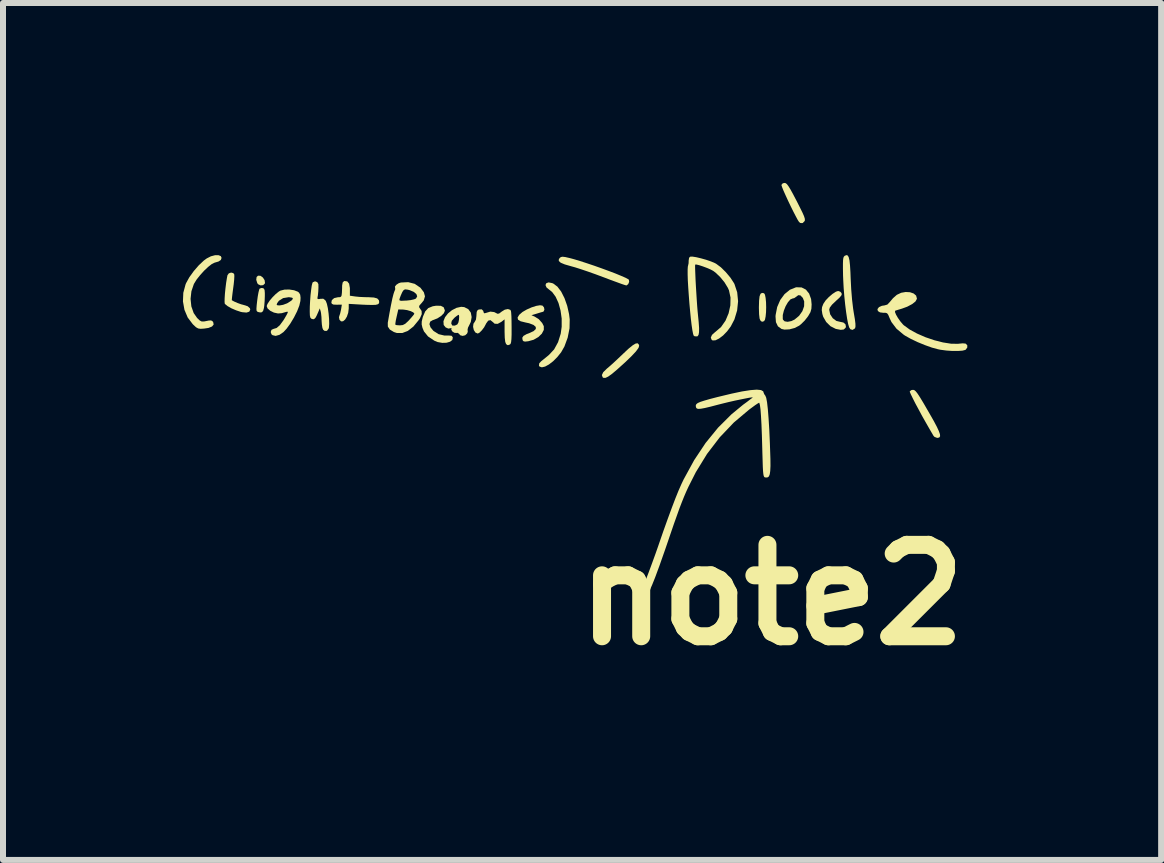
<source format=kicad_pcb>
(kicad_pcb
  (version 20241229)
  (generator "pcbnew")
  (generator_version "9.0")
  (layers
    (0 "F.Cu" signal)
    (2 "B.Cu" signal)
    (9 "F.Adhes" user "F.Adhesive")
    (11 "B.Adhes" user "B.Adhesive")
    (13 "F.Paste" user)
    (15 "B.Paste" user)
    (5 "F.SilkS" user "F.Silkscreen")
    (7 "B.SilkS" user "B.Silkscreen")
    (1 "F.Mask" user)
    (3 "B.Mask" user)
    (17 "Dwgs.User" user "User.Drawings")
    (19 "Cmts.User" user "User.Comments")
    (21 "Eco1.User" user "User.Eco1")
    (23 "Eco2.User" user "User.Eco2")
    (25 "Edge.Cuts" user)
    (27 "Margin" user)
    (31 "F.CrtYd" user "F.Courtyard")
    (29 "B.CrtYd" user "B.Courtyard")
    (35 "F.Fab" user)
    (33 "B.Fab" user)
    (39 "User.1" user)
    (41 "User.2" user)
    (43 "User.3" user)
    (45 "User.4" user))
  (footprint "note2"
    (layer "F.Cu")
    (at 9.817 6.868)
    (property "Reference" "note2" (at 0 0 0) (layer "F.SilkS") (effects (font (size 1.524 1.524) (thickness 0.3))))
    (attr board_only exclude_from_pos_files exclude_from_bom)
    (fp_poly (pts (xy -8.524 -5.32) (xy -8.484 -5.291) (xy -8.456 -5.248) (xy -8.449 -5.201) (xy -8.453 -5.189) (xy -8.48 -5.164) (xy -8.522 -5.16) (xy -8.562 -5.178) (xy -8.577 -5.196) (xy -8.595 -5.253) (xy -8.589 -5.3) (xy -8.565 -5.322)) (stroke (width 0) (type solid)) (fill yes) (layer "F.SilkS"))
    (fp_poly (pts (xy -0.129 -5.029) (xy -0.114 -5.005) (xy -0.103 -4.951) (xy -0.096 -4.878) (xy -0.094 -4.796) (xy -0.096 -4.713) (xy -0.103 -4.641) (xy -0.114 -4.588) (xy -0.129 -4.564) (xy -0.159 -4.554) (xy -0.176 -4.561) (xy -0.191 -4.576) (xy -0.204 -4.609) (xy -0.212 -4.679) (xy -0.215 -4.783) (xy -0.215 -4.798) (xy -0.212 -4.905) (xy -0.204 -4.978) (xy -0.188 -5.02) (xy -0.163 -5.035)) (stroke (width 0) (type solid)) (fill yes) (layer "F.SilkS"))
    (fp_poly (pts (xy -8.487 -5.115) (xy -8.467 -5.106) (xy -8.456 -5.082) (xy -8.452 -5.034) (xy -8.452 -4.982) (xy -8.455 -4.901) (xy -8.461 -4.825) (xy -8.467 -4.782) (xy -8.481 -4.733) (xy -8.503 -4.712) (xy -8.53 -4.709) (xy -8.571 -4.718) (xy -8.589 -4.736) (xy -8.592 -4.768) (xy -8.588 -4.826) (xy -8.58 -4.899) (xy -8.57 -4.975) (xy -8.558 -5.042) (xy -8.546 -5.09) (xy -8.539 -5.106) (xy -8.508 -5.117)) (stroke (width 0) (type solid)) (fill yes) (layer "F.SilkS"))
    (fp_poly (pts (xy -2.217 -4.174) (xy -2.211 -4.154) (xy -2.222 -4.118) (xy -2.265 -4.059) (xy -2.34 -3.979) (xy -2.447 -3.876) (xy -2.577 -3.759) (xy -2.663 -3.686) (xy -2.727 -3.64) (xy -2.773 -3.618) (xy -2.806 -3.618) (xy -2.82 -3.628) (xy -2.833 -3.665) (xy -2.81 -3.713) (xy -2.752 -3.77) (xy -2.75 -3.772) (xy -2.704 -3.811) (xy -2.638 -3.87) (xy -2.562 -3.941) (xy -2.483 -4.016) (xy -2.478 -4.021) (xy -2.387 -4.106) (xy -2.318 -4.162) (xy -2.269 -4.191) (xy -2.236 -4.195)) (stroke (width 0) (type solid)) (fill yes) (layer "F.SilkS"))
    (fp_poly (pts (xy 0.232 -6.864) (xy 0.252 -6.848) (xy 0.277 -6.815) (xy 0.31 -6.762) (xy 0.353 -6.684) (xy 0.41 -6.575) (xy 0.413 -6.57) (xy 0.47 -6.457) (xy 0.511 -6.374) (xy 0.537 -6.315) (xy 0.55 -6.274) (xy 0.552 -6.247) (xy 0.547 -6.232) (xy 0.514 -6.199) (xy 0.475 -6.2) (xy 0.454 -6.218) (xy 0.432 -6.252) (xy 0.4 -6.312) (xy 0.36 -6.389) (xy 0.316 -6.478) (xy 0.272 -6.57) (xy 0.231 -6.659) (xy 0.196 -6.737) (xy 0.172 -6.797) (xy 0.161 -6.831) (xy 0.16 -6.835) (xy 0.183 -6.862) (xy 0.212 -6.868)) (stroke (width 0) (type solid)) (fill yes) (layer "F.SilkS"))
    (fp_poly (pts (xy 2.376 -3.414) (xy 2.4 -3.394) (xy 2.431 -3.355) (xy 2.472 -3.292) (xy 2.527 -3.201) (xy 2.545 -3.17) (xy 2.633 -3.018) (xy 2.702 -2.897) (xy 2.752 -2.802) (xy 2.785 -2.731) (xy 2.803 -2.68) (xy 2.806 -2.647) (xy 2.795 -2.627) (xy 2.773 -2.619) (xy 2.756 -2.618) (xy 2.713 -2.634) (xy 2.696 -2.652) (xy 2.634 -2.758) (xy 2.57 -2.87) (xy 2.506 -2.983) (xy 2.447 -3.093) (xy 2.393 -3.193) (xy 2.35 -3.278) (xy 2.318 -3.344) (xy 2.301 -3.384) (xy 2.3 -3.393) (xy 2.325 -3.414) (xy 2.355 -3.419)) (stroke (width 0) (type solid)) (fill yes) (layer "F.SilkS"))
    (fp_poly (pts (xy 1.266 -5.658) (xy 1.282 -5.63) (xy 1.295 -5.576) (xy 1.304 -5.493) (xy 1.311 -5.378) (xy 1.315 -5.271) (xy 1.324 -5.095) (xy 1.338 -4.924) (xy 1.356 -4.772) (xy 1.367 -4.702) (xy 1.385 -4.596) (xy 1.394 -4.523) (xy 1.395 -4.475) (xy 1.389 -4.448) (xy 1.386 -4.443) (xy 1.347 -4.418) (xy 1.31 -4.429) (xy 1.29 -4.46) (xy 1.273 -4.516) (xy 1.256 -4.603) (xy 1.239 -4.715) (xy 1.223 -4.843) (xy 1.209 -4.98) (xy 1.198 -5.118) (xy 1.191 -5.25) (xy 1.188 -5.322) (xy 1.186 -5.439) (xy 1.186 -5.524) (xy 1.188 -5.581) (xy 1.193 -5.618) (xy 1.202 -5.639) (xy 1.214 -5.652) (xy 1.217 -5.654) (xy 1.245 -5.665)) (stroke (width 0) (type solid)) (fill yes) (layer "F.SilkS"))
    (fp_poly (pts (xy -8.978 -5.365) (xy -8.962 -5.345) (xy -8.96 -5.315) (xy -8.963 -5.256) (xy -8.971 -5.177) (xy -8.979 -5.117) (xy -8.99 -5.034) (xy -8.998 -4.967) (xy -9.002 -4.924) (xy -9.002 -4.913) (xy -8.965 -4.892) (xy -8.908 -4.867) (xy -8.847 -4.845) (xy -8.812 -4.836) (xy -8.737 -4.812) (xy -8.7 -4.778) (xy -8.695 -4.756) (xy -8.711 -4.722) (xy -8.757 -4.707) (xy -8.826 -4.713) (xy -8.851 -4.718) (xy -8.932 -4.745) (xy -9.011 -4.779) (xy -9.075 -4.816) (xy -9.115 -4.849) (xy -9.12 -4.856) (xy -9.123 -4.885) (xy -9.122 -4.944) (xy -9.117 -5.023) (xy -9.108 -5.112) (xy -9.097 -5.202) (xy -9.084 -5.283) (xy -9.075 -5.329) (xy -9.052 -5.361) (xy -9.014 -5.374)) (stroke (width 0) (type solid)) (fill yes) (layer "F.SilkS"))
    (fp_poly (pts (xy -3.444 -5.633) (xy -3.379 -5.618) (xy -3.299 -5.597) (xy -3.199 -5.567) (xy -3.085 -5.53) (xy -2.963 -5.489) (xy -2.839 -5.445) (xy -2.719 -5.401) (xy -2.608 -5.359) (xy -2.514 -5.32) (xy -2.44 -5.288) (xy -2.395 -5.264) (xy -2.383 -5.255) (xy -2.378 -5.219) (xy -2.394 -5.181) (xy -2.421 -5.16) (xy -2.428 -5.16) (xy -2.453 -5.167) (xy -2.509 -5.186) (xy -2.588 -5.215) (xy -2.687 -5.251) (xy -2.797 -5.293) (xy -2.811 -5.298) (xy -2.937 -5.345) (xy -3.064 -5.39) (xy -3.182 -5.43) (xy -3.283 -5.462) (xy -3.348 -5.48) (xy -3.452 -5.51) (xy -3.519 -5.538) (xy -3.551 -5.567) (xy -3.55 -5.597) (xy -3.535 -5.618) (xy -3.515 -5.633) (xy -3.488 -5.638)) (stroke (width 0) (type solid)) (fill yes) (layer "F.SilkS"))
    (fp_poly (pts (xy 1.141 -5.055) (xy 1.16 -5.035) (xy 1.167 -5.014) (xy 1.158 -4.99) (xy 1.128 -4.955) (xy 1.072 -4.904) (xy 1.07 -4.902) (xy 1.004 -4.839) (xy 0.967 -4.79) (xy 0.957 -4.755) (xy 0.973 -4.678) (xy 1.016 -4.613) (xy 1.076 -4.568) (xy 1.137 -4.553) (xy 1.194 -4.541) (xy 1.229 -4.51) (xy 1.236 -4.469) (xy 1.23 -4.453) (xy 1.2 -4.425) (xy 1.149 -4.419) (xy 1.071 -4.434) (xy 1.06 -4.438) (xy 0.978 -4.48) (xy 0.907 -4.55) (xy 0.857 -4.637) (xy 0.843 -4.683) (xy 0.833 -4.748) (xy 0.838 -4.798) (xy 0.86 -4.854) (xy 0.861 -4.855) (xy 0.897 -4.909) (xy 0.951 -4.966) (xy 1.012 -5.018) (xy 1.069 -5.055) (xy 1.106 -5.067)) (stroke (width 0) (type solid)) (fill yes) (layer "F.SilkS"))
    (fp_poly (pts (xy -5.519 -4.82) (xy -5.471 -4.796) (xy -5.452 -4.748) (xy -5.451 -4.736) (xy -5.468 -4.695) (xy -5.513 -4.65) (xy -5.575 -4.61) (xy -5.645 -4.583) (xy -5.652 -4.581) (xy -5.695 -4.556) (xy -5.708 -4.514) (xy -5.69 -4.461) (xy -5.643 -4.404) (xy -5.637 -4.399) (xy -5.555 -4.347) (xy -5.458 -4.324) (xy -5.383 -4.324) (xy -5.338 -4.32) (xy -5.319 -4.295) (xy -5.318 -4.29) (xy -5.326 -4.25) (xy -5.364 -4.221) (xy -5.423 -4.204) (xy -5.494 -4.202) (xy -5.569 -4.215) (xy -5.627 -4.239) (xy -5.731 -4.309) (xy -5.799 -4.393) (xy -5.824 -4.453) (xy -5.837 -4.508) (xy -5.836 -4.558) (xy -5.821 -4.621) (xy -5.815 -4.641) (xy -5.778 -4.727) (xy -5.727 -4.782) (xy -5.653 -4.812) (xy -5.598 -4.821)) (stroke (width 0) (type solid)) (fill yes) (layer "F.SilkS"))
    (fp_poly (pts (xy -3.661 -5.198) (xy -3.642 -5.19) (xy -3.574 -5.139) (xy -3.511 -5.056) (xy -3.456 -4.947) (xy -3.411 -4.82) (xy -3.38 -4.681) (xy -3.369 -4.594) (xy -3.372 -4.445) (xy -3.403 -4.289) (xy -3.457 -4.142) (xy -3.512 -4.045) (xy -3.576 -3.965) (xy -3.645 -3.896) (xy -3.715 -3.842) (xy -3.779 -3.807) (xy -3.833 -3.794) (xy -3.871 -3.806) (xy -3.882 -3.823) (xy -3.877 -3.861) (xy -3.844 -3.896) (xy -3.798 -3.933) (xy -3.74 -3.98) (xy -3.715 -4.001) (xy -3.629 -4.093) (xy -3.563 -4.214) (xy -3.519 -4.355) (xy -3.503 -4.47) (xy -3.503 -4.608) (xy -3.522 -4.742) (xy -3.556 -4.866) (xy -3.604 -4.971) (xy -3.662 -5.05) (xy -3.705 -5.084) (xy -3.756 -5.126) (xy -3.773 -5.166) (xy -3.759 -5.197) (xy -3.721 -5.21)) (stroke (width 0) (type solid)) (fill yes) (layer "F.SilkS"))
    (fp_poly (pts (xy -3.823 -4.823) (xy -3.798 -4.793) (xy -3.791 -4.755) (xy -3.805 -4.725) (xy -3.815 -4.72) (xy -3.848 -4.711) (xy -3.901 -4.695) (xy -3.923 -4.688) (xy -4.007 -4.663) (xy -3.952 -4.639) (xy -3.884 -4.596) (xy -3.828 -4.533) (xy -3.801 -4.48) (xy -3.801 -4.418) (xy -3.834 -4.355) (xy -3.892 -4.299) (xy -3.97 -4.254) (xy -4.06 -4.229) (xy -4.115 -4.223) (xy -4.143 -4.231) (xy -4.154 -4.247) (xy -4.16 -4.287) (xy -4.14 -4.318) (xy -4.089 -4.347) (xy -4.046 -4.363) (xy -3.971 -4.398) (xy -3.934 -4.433) (xy -3.935 -4.468) (xy -3.973 -4.501) (xy -4.046 -4.529) (xy -4.107 -4.542) (xy -4.188 -4.562) (xy -4.231 -4.589) (xy -4.238 -4.624) (xy -4.212 -4.668) (xy -4.207 -4.673) (xy -4.156 -4.717) (xy -4.085 -4.758) (xy -4.006 -4.793) (xy -3.929 -4.818) (xy -3.864 -4.829)) (stroke (width 0) (type solid)) (fill yes) (layer "F.SilkS"))
    (fp_poly (pts (xy -7.578 -5.215) (xy -7.559 -5.182) (xy -7.559 -5.18) (xy -7.558 -5.126) (xy -7.561 -5.058) (xy -7.567 -4.995) (xy -7.574 -4.958) (xy -7.574 -4.936) (xy -7.552 -4.931) (xy -7.525 -4.936) (xy -7.478 -4.938) (xy -7.446 -4.914) (xy -7.434 -4.897) (xy -7.417 -4.852) (xy -7.401 -4.78) (xy -7.389 -4.692) (xy -7.381 -4.602) (xy -7.379 -4.52) (xy -7.383 -4.458) (xy -7.388 -4.44) (xy -7.416 -4.402) (xy -7.454 -4.401) (xy -7.479 -4.42) (xy -7.492 -4.451) (xy -7.501 -4.507) (xy -7.505 -4.561) (xy -7.508 -4.634) (xy -7.515 -4.698) (xy -7.521 -4.728) (xy -7.536 -4.777) (xy -7.56 -4.719) (xy -7.589 -4.654) (xy -7.609 -4.618) (xy -7.628 -4.601) (xy -7.645 -4.595) (xy -7.678 -4.605) (xy -7.694 -4.625) (xy -7.701 -4.66) (xy -7.703 -4.724) (xy -7.702 -4.807) (xy -7.697 -4.901) (xy -7.69 -4.997) (xy -7.68 -5.084) (xy -7.67 -5.156) (xy -7.658 -5.202) (xy -7.652 -5.212) (xy -7.615 -5.228)) (stroke (width 0) (type solid)) (fill yes) (layer "F.SilkS"))
    (fp_poly (pts (xy -9.186 -5.648) (xy -9.173 -5.619) (xy -9.185 -5.584) (xy -9.224 -5.558) (xy -9.289 -5.539) (xy -9.336 -5.516) (xy -9.396 -5.469) (xy -9.464 -5.405) (xy -9.53 -5.332) (xy -9.589 -5.258) (xy -9.631 -5.19) (xy -9.635 -5.183) (xy -9.676 -5.062) (xy -9.69 -4.935) (xy -9.677 -4.81) (xy -9.638 -4.699) (xy -9.581 -4.617) (xy -9.537 -4.575) (xy -9.503 -4.558) (xy -9.464 -4.559) (xy -9.452 -4.561) (xy -9.387 -4.574) (xy -9.35 -4.576) (xy -9.328 -4.566) (xy -9.313 -4.548) (xy -9.305 -4.508) (xy -9.332 -4.475) (xy -9.391 -4.451) (xy -9.464 -4.44) (xy -9.523 -4.436) (xy -9.563 -4.442) (xy -9.599 -4.462) (xy -9.644 -4.504) (xy -9.657 -4.518) (xy -9.738 -4.625) (xy -9.792 -4.753) (xy -9.817 -4.893) (xy -9.811 -5.037) (xy -9.774 -5.175) (xy -9.765 -5.197) (xy -9.711 -5.295) (xy -9.637 -5.398) (xy -9.553 -5.495) (xy -9.468 -5.575) (xy -9.42 -5.61) (xy -9.351 -5.645) (xy -9.283 -5.663) (xy -9.225 -5.664)) (stroke (width 0) (type solid)) (fill yes) (layer "F.SilkS"))
    (fp_poly (pts (xy -7.078 -5.227) (xy -7.047 -5.189) (xy -7.034 -5.116) (xy -7.034 -5.09) (xy -7.034 -4.988) (xy -6.943 -4.975) (xy -6.873 -4.968) (xy -6.786 -4.964) (xy -6.722 -4.963) (xy -6.634 -4.958) (xy -6.579 -4.943) (xy -6.551 -4.914) (xy -6.545 -4.883) (xy -6.55 -4.86) (xy -6.568 -4.845) (xy -6.604 -4.836) (xy -6.665 -4.834) (xy -6.755 -4.836) (xy -6.828 -4.839) (xy -7.053 -4.852) (xy -7.053 -4.775) (xy -7.062 -4.703) (xy -7.084 -4.639) (xy -7.114 -4.59) (xy -7.148 -4.562) (xy -7.181 -4.56) (xy -7.207 -4.586) (xy -7.216 -4.628) (xy -7.21 -4.651) (xy -7.197 -4.688) (xy -7.184 -4.744) (xy -7.181 -4.759) (xy -7.168 -4.839) (xy -7.252 -4.838) (xy -7.307 -4.84) (xy -7.334 -4.853) (xy -7.343 -4.874) (xy -7.334 -4.916) (xy -7.296 -4.948) (xy -7.236 -4.962) (xy -7.225 -4.963) (xy -7.199 -4.964) (xy -7.182 -4.972) (xy -7.172 -4.993) (xy -7.167 -5.036) (xy -7.164 -5.107) (xy -7.163 -5.158) (xy -7.154 -5.209) (xy -7.13 -5.232) (xy -7.126 -5.233)) (stroke (width 0) (type solid)) (fill yes) (layer "F.SilkS"))
    (fp_poly (pts (xy 0.497 -5.126) (xy 0.568 -5.09) (xy 0.622 -5.024) (xy 0.655 -4.933) (xy 0.664 -4.843) (xy 0.66 -4.77) (xy 0.644 -4.713) (xy 0.608 -4.651) (xy 0.599 -4.638) (xy 0.548 -4.573) (xy 0.488 -4.514) (xy 0.457 -4.489) (xy 0.381 -4.45) (xy 0.294 -4.427) (xy 0.211 -4.423) (xy 0.162 -4.434) (xy 0.102 -4.478) (xy 0.069 -4.547) (xy 0.065 -4.603) (xy 0.183 -4.603) (xy 0.186 -4.589) (xy 0.214 -4.561) (xy 0.264 -4.553) (xy 0.326 -4.565) (xy 0.379 -4.59) (xy 0.455 -4.653) (xy 0.51 -4.731) (xy 0.539 -4.813) (xy 0.54 -4.893) (xy 0.518 -4.95) (xy 0.478 -4.993) (xy 0.441 -4.997) (xy 0.41 -4.973) (xy 0.372 -4.947) (xy 0.35 -4.943) (xy 0.31 -4.926) (xy 0.269 -4.879) (xy 0.231 -4.814) (xy 0.201 -4.739) (xy 0.183 -4.666) (xy 0.183 -4.603) (xy 0.065 -4.603) (xy 0.062 -4.643) (xy 0.064 -4.668) (xy 0.09 -4.8) (xy 0.141 -4.917) (xy 0.213 -5.015) (xy 0.301 -5.087) (xy 0.4 -5.127) (xy 0.412 -5.129)) (stroke (width 0) (type solid)) (fill yes) (layer "F.SilkS"))
    (fp_poly (pts (xy -5.127 -4.798) (xy -5.06 -4.764) (xy -5.018 -4.706) (xy -5.004 -4.632) (xy -5.018 -4.551) (xy -5.042 -4.501) (xy -5.065 -4.455) (xy -5.072 -4.421) (xy -5.071 -4.416) (xy -5.069 -4.386) (xy -5.08 -4.357) (xy -5.112 -4.328) (xy -5.155 -4.318) (xy -5.195 -4.329) (xy -5.21 -4.348) (xy -5.235 -4.369) (xy -5.256 -4.367) (xy -5.292 -4.37) (xy -5.326 -4.392) (xy -5.344 -4.422) (xy -5.341 -4.44) (xy -5.34 -4.451) (xy -5.351 -4.447) (xy -5.393 -4.44) (xy -5.438 -4.46) (xy -5.469 -4.499) (xy -5.47 -4.5) (xy -5.472 -4.53) (xy -5.344 -4.53) (xy -5.342 -4.52) (xy -5.327 -4.491) (xy -5.295 -4.489) (xy -5.279 -4.492) (xy -5.243 -4.509) (xy -5.225 -4.541) (xy -5.215 -4.588) (xy -5.212 -4.638) (xy -5.216 -4.667) (xy -5.22 -4.67) (xy -5.243 -4.658) (xy -5.282 -4.628) (xy -5.295 -4.616) (xy -5.335 -4.57) (xy -5.344 -4.53) (xy -5.472 -4.53) (xy -5.474 -4.563) (xy -5.448 -4.629) (xy -5.398 -4.693) (xy -5.332 -4.747) (xy -5.256 -4.786) (xy -5.179 -4.803)) (stroke (width 0) (type solid)) (fill yes) (layer "F.SilkS"))
    (fp_poly (pts (xy -4.361 -4.753) (xy -4.349 -4.736) (xy -4.345 -4.706) (xy -4.341 -4.645) (xy -4.339 -4.562) (xy -4.338 -4.464) (xy -4.338 -4.445) (xy -4.338 -4.338) (xy -4.341 -4.263) (xy -4.346 -4.215) (xy -4.354 -4.188) (xy -4.365 -4.175) (xy -4.368 -4.174) (xy -4.399 -4.163) (xy -4.416 -4.17) (xy -4.431 -4.185) (xy -4.444 -4.219) (xy -4.452 -4.288) (xy -4.455 -4.39) (xy -4.455 -4.401) (xy -4.455 -4.594) (xy -4.506 -4.554) (xy -4.569 -4.519) (xy -4.62 -4.521) (xy -4.656 -4.553) (xy -4.691 -4.581) (xy -4.728 -4.572) (xy -4.761 -4.527) (xy -4.768 -4.513) (xy -4.796 -4.461) (xy -4.834 -4.411) (xy -4.873 -4.372) (xy -4.902 -4.357) (xy -4.941 -4.374) (xy -4.968 -4.416) (xy -4.98 -4.469) (xy -4.974 -4.521) (xy -4.953 -4.552) (xy -4.932 -4.59) (xy -4.924 -4.654) (xy -4.924 -4.661) (xy -4.92 -4.718) (xy -4.905 -4.747) (xy -4.885 -4.758) (xy -4.836 -4.761) (xy -4.81 -4.735) (xy -4.806 -4.715) (xy -4.796 -4.695) (xy -4.772 -4.699) (xy -4.692 -4.723) (xy -4.628 -4.715) (xy -4.606 -4.704) (xy -4.573 -4.687) (xy -4.546 -4.691) (xy -4.507 -4.72) (xy -4.507 -4.721) (xy -4.452 -4.755) (xy -4.4 -4.766)) (stroke (width 0) (type solid)) (fill yes) (layer "F.SilkS"))
    (fp_poly (pts (xy -7.964 -5.079) (xy -7.902 -5.055) (xy -7.882 -5.039) (xy -7.862 -5.004) (xy -7.856 -4.953) (xy -7.859 -4.9) (xy -7.877 -4.823) (xy -7.914 -4.728) (xy -7.966 -4.625) (xy -8.026 -4.525) (xy -8.089 -4.438) (xy -8.142 -4.381) (xy -8.208 -4.336) (xy -8.272 -4.318) (xy -8.323 -4.33) (xy -8.341 -4.345) (xy -8.354 -4.383) (xy -8.341 -4.419) (xy -8.307 -4.435) (xy -8.306 -4.435) (xy -8.256 -4.45) (xy -8.203 -4.495) (xy -8.144 -4.575) (xy -8.121 -4.612) (xy -8.086 -4.673) (xy -8.069 -4.708) (xy -8.071 -4.721) (xy -8.089 -4.72) (xy -8.089 -4.72) (xy -8.142 -4.705) (xy -8.169 -4.697) (xy -8.232 -4.692) (xy -8.301 -4.707) (xy -8.362 -4.737) (xy -8.406 -4.776) (xy -8.421 -4.815) (xy -8.413 -4.838) (xy -8.255 -4.838) (xy -8.24 -4.828) (xy -8.205 -4.826) (xy -8.148 -4.836) (xy -8.083 -4.86) (xy -8.068 -4.868) (xy -8.007 -4.908) (xy -7.983 -4.937) (xy -7.996 -4.955) (xy -8.047 -4.963) (xy -8.056 -4.963) (xy -8.147 -4.948) (xy -8.217 -4.904) (xy -8.246 -4.864) (xy -8.255 -4.838) (xy -8.413 -4.838) (xy -8.407 -4.852) (xy -8.372 -4.905) (xy -8.323 -4.963) (xy -8.269 -5.017) (xy -8.218 -5.058) (xy -8.192 -5.073) (xy -8.123 -5.09) (xy -8.042 -5.091)) (stroke (width 0) (type solid)) (fill yes) (layer "F.SilkS"))
    (fp_poly (pts (xy 2.304 -5.046) (xy 2.365 -5.025) (xy 2.406 -4.99) (xy 2.419 -4.942) (xy 2.419 -4.935) (xy 2.395 -4.892) (xy 2.339 -4.848) (xy 2.258 -4.805) (xy 2.171 -4.773) (xy 2.111 -4.755) (xy 2.069 -4.742) (xy 2.056 -4.737) (xy 2.054 -4.715) (xy 2.071 -4.673) (xy 2.102 -4.619) (xy 2.141 -4.563) (xy 2.182 -4.514) (xy 2.2 -4.496) (xy 2.299 -4.424) (xy 2.422 -4.357) (xy 2.562 -4.296) (xy 2.709 -4.246) (xy 2.854 -4.209) (xy 2.988 -4.188) (xy 3.102 -4.186) (xy 3.128 -4.189) (xy 3.184 -4.194) (xy 3.228 -4.19) (xy 3.232 -4.189) (xy 3.259 -4.162) (xy 3.259 -4.124) (xy 3.233 -4.089) (xy 3.225 -4.084) (xy 3.178 -4.072) (xy 3.104 -4.067) (xy 3.011 -4.067) (xy 2.91 -4.074) (xy 2.812 -4.087) (xy 2.769 -4.096) (xy 2.669 -4.123) (xy 2.552 -4.165) (xy 2.43 -4.215) (xy 2.317 -4.269) (xy 2.224 -4.321) (xy 2.201 -4.336) (xy 2.079 -4.438) (xy 1.995 -4.549) (xy 1.964 -4.615) (xy 1.941 -4.67) (xy 1.921 -4.696) (xy 1.891 -4.704) (xy 1.861 -4.703) (xy 1.804 -4.71) (xy 1.769 -4.732) (xy 1.761 -4.764) (xy 1.787 -4.798) (xy 1.836 -4.82) (xy 1.877 -4.826) (xy 1.926 -4.84) (xy 1.97 -4.886) (xy 1.974 -4.891) (xy 2.021 -4.947) (xy 2.079 -4.998) (xy 2.087 -5.004) (xy 2.157 -5.037) (xy 2.232 -5.05)) (stroke (width 0) (type solid)) (fill yes) (layer "F.SilkS"))
    (fp_poly (pts (xy -1.259 -5.63) (xy -1.18 -5.611) (xy -1.094 -5.587) (xy -1.013 -5.559) (xy -0.947 -5.531) (xy -0.927 -5.52) (xy -0.849 -5.462) (xy -0.766 -5.38) (xy -0.689 -5.288) (xy -0.63 -5.197) (xy -0.622 -5.181) (xy -0.577 -5.045) (xy -0.562 -4.896) (xy -0.578 -4.742) (xy -0.623 -4.593) (xy -0.684 -4.476) (xy -0.745 -4.394) (xy -0.812 -4.325) (xy -0.878 -4.275) (xy -0.938 -4.245) (xy -0.985 -4.242) (xy -1.003 -4.253) (xy -1.017 -4.29) (xy -0.997 -4.335) (xy -0.947 -4.38) (xy -0.939 -4.386) (xy -0.846 -4.466) (xy -0.772 -4.572) (xy -0.72 -4.695) (xy -0.691 -4.826) (xy -0.688 -4.957) (xy -0.714 -5.078) (xy -0.733 -5.12) (xy -0.789 -5.212) (xy -0.862 -5.301) (xy -0.939 -5.374) (xy -0.977 -5.402) (xy -1.022 -5.426) (xy -1.083 -5.452) (xy -1.15 -5.477) (xy -1.211 -5.497) (xy -1.257 -5.508) (xy -1.277 -5.507) (xy -1.279 -5.484) (xy -1.278 -5.43) (xy -1.275 -5.35) (xy -1.271 -5.252) (xy -1.265 -5.143) (xy -1.258 -5.029) (xy -1.251 -4.918) (xy -1.244 -4.816) (xy -1.237 -4.731) (xy -1.232 -4.68) (xy -1.219 -4.547) (xy -1.212 -4.449) (xy -1.213 -4.38) (xy -1.221 -4.336) (xy -1.237 -4.313) (xy -1.244 -4.31) (xy -1.284 -4.311) (xy -1.302 -4.322) (xy -1.312 -4.351) (xy -1.324 -4.412) (xy -1.337 -4.5) (xy -1.35 -4.609) (xy -1.362 -4.732) (xy -1.374 -4.863) (xy -1.384 -4.996) (xy -1.393 -5.124) (xy -1.4 -5.243) (xy -1.403 -5.344) (xy -1.403 -5.423) (xy -1.4 -5.473) (xy -1.397 -5.484) (xy -1.387 -5.531) (xy -1.386 -5.573) (xy -1.379 -5.62) (xy -1.361 -5.639) (xy -1.323 -5.64)) (stroke (width 0) (type solid)) (fill yes) (layer "F.SilkS"))
    (fp_poly (pts (xy -5.953 -5.186) (xy -5.862 -5.124) (xy -5.857 -5.12) (xy -5.801 -5.046) (xy -5.782 -4.978) (xy -5.802 -4.911) (xy -5.839 -4.865) (xy -5.874 -4.826) (xy -5.881 -4.8) (xy -5.871 -4.783) (xy -5.838 -4.734) (xy -5.836 -4.681) (xy -5.864 -4.616) (xy -5.887 -4.581) (xy -5.975 -4.474) (xy -6.067 -4.402) (xy -6.16 -4.366) (xy -6.253 -4.367) (xy -6.301 -4.383) (xy -6.368 -4.424) (xy -6.401 -4.473) (xy -6.402 -4.523) (xy -6.276 -4.523) (xy -6.275 -4.503) (xy -6.251 -4.497) (xy -6.204 -4.494) (xy -6.197 -4.494) (xy -6.152 -4.499) (xy -6.111 -4.52) (xy -6.063 -4.564) (xy -6.044 -4.584) (xy -6 -4.634) (xy -5.969 -4.672) (xy -5.959 -4.689) (xy -5.977 -4.71) (xy -6.021 -4.731) (xy -6.08 -4.748) (xy -6.141 -4.757) (xy -6.147 -4.757) (xy -6.227 -4.759) (xy -6.255 -4.636) (xy -6.269 -4.571) (xy -6.276 -4.523) (xy -6.402 -4.523) (xy -6.402 -4.537) (xy -6.402 -4.538) (xy -6.375 -4.692) (xy -6.35 -4.825) (xy -6.33 -4.921) (xy -6.209 -4.921) (xy -6.203 -4.908) (xy -6.176 -4.903) (xy -6.121 -4.906) (xy -6.09 -4.907) (xy -6.019 -4.915) (xy -5.962 -4.928) (xy -5.932 -4.941) (xy -5.912 -4.977) (xy -5.925 -5.015) (xy -5.967 -5.051) (xy -6.035 -5.08) (xy -6.07 -5.089) (xy -6.116 -5.094) (xy -6.143 -5.076) (xy -6.161 -5.047) (xy -6.186 -4.991) (xy -6.203 -4.946) (xy -6.209 -4.921) (xy -6.33 -4.921) (xy -6.328 -4.933) (xy -6.308 -5.012) (xy -6.294 -5.056) (xy -6.292 -5.059) (xy -6.278 -5.095) (xy -6.279 -5.114) (xy -6.283 -5.14) (xy -6.26 -5.17) (xy -6.219 -5.197) (xy -6.184 -5.208) (xy -6.062 -5.214)) (stroke (width 0) (type solid)) (fill yes) (layer "F.SilkS"))
    (fp_poly (pts (xy -0.18 -3.415) (xy -0.143 -3.394) (xy -0.137 -3.374) (xy -0.125 -3.345) (xy -0.108 -3.322) (xy -0.093 -3.286) (xy -0.079 -3.211) (xy -0.066 -3.097) (xy -0.054 -2.945) (xy -0.042 -2.756) (xy -0.032 -2.529) (xy -0.028 -2.412) (xy -0.023 -2.264) (xy -0.022 -2.15) (xy -0.026 -2.067) (xy -0.034 -2.011) (xy -0.048 -1.976) (xy -0.068 -1.96) (xy -0.095 -1.957) (xy -0.104 -1.958) (xy -0.117 -1.96) (xy -0.127 -1.968) (xy -0.135 -1.985) (xy -0.141 -2.015) (xy -0.146 -2.064) (xy -0.15 -2.136) (xy -0.153 -2.236) (xy -0.157 -2.368) (xy -0.159 -2.442) (xy -0.165 -2.656) (xy -0.172 -2.836) (xy -0.18 -2.981) (xy -0.188 -3.091) (xy -0.198 -3.165) (xy -0.208 -3.201) (xy -0.212 -3.204) (xy -0.232 -3.193) (xy -0.276 -3.164) (xy -0.336 -3.12) (xy -0.378 -3.089) (xy -0.633 -2.874) (xy -0.868 -2.627) (xy -1.08 -2.35) (xy -1.267 -2.045) (xy -1.39 -1.802) (xy -1.428 -1.719) (xy -1.464 -1.635) (xy -1.5 -1.545) (xy -1.539 -1.444) (xy -1.581 -1.326) (xy -1.631 -1.186) (xy -1.689 -1.017) (xy -1.729 -0.899) (xy -1.776 -0.762) (xy -1.825 -0.623) (xy -1.871 -0.492) (xy -1.913 -0.378) (xy -1.946 -0.289) (xy -1.952 -0.274) (xy -1.995 -0.167) (xy -2.043 -0.059) (xy -2.091 0.047) (xy -2.138 0.142) (xy -2.18 0.221) (xy -2.214 0.278) (xy -2.236 0.306) (xy -2.24 0.308) (xy -2.27 0.301) (xy -2.292 0.285) (xy -2.302 0.27) (xy -2.304 0.249) (xy -2.296 0.215) (xy -2.277 0.163) (xy -2.244 0.087) (xy -2.199 -0.014) (xy -2.159 -0.107) (xy -2.109 -0.229) (xy -2.054 -0.372) (xy -1.997 -0.526) (xy -1.94 -0.683) (xy -1.895 -0.811) (xy -1.81 -1.058) (xy -1.734 -1.27) (xy -1.667 -1.452) (xy -1.608 -1.607) (xy -1.556 -1.736) (xy -1.508 -1.845) (xy -1.47 -1.925) (xy -1.294 -2.247) (xy -1.103 -2.534) (xy -0.896 -2.788) (xy -0.671 -3.012) (xy -0.479 -3.17) (xy -0.412 -3.219) (xy -0.359 -3.26) (xy -0.325 -3.285) (xy -0.317 -3.291) (xy -0.328 -3.293) (xy -0.371 -3.288) (xy -0.438 -3.275) (xy -0.523 -3.258) (xy -0.619 -3.238) (xy -0.72 -3.215) (xy -0.818 -3.191) (xy -0.897 -3.171) (xy -1.023 -3.138) (xy -1.116 -3.116) (xy -1.181 -3.104) (xy -1.224 -3.101) (xy -1.249 -3.107) (xy -1.262 -3.123) (xy -1.266 -3.139) (xy -1.267 -3.162) (xy -1.257 -3.181) (xy -1.234 -3.199) (xy -1.191 -3.218) (xy -1.126 -3.239) (xy -1.032 -3.266) (xy -0.905 -3.299) (xy -0.884 -3.304) (xy -0.672 -3.355) (xy -0.497 -3.392) (xy -0.356 -3.414) (xy -0.251 -3.422)) (stroke (width 0) (type solid)) (fill yes) (layer "F.SilkS")))
  (gr_rect
    (start -3 -3)
    (end 16.308 11.286)
    (stroke (width 0.1) (type default))
    (fill no)
    (layer "Edge.Cuts")))
</source>
